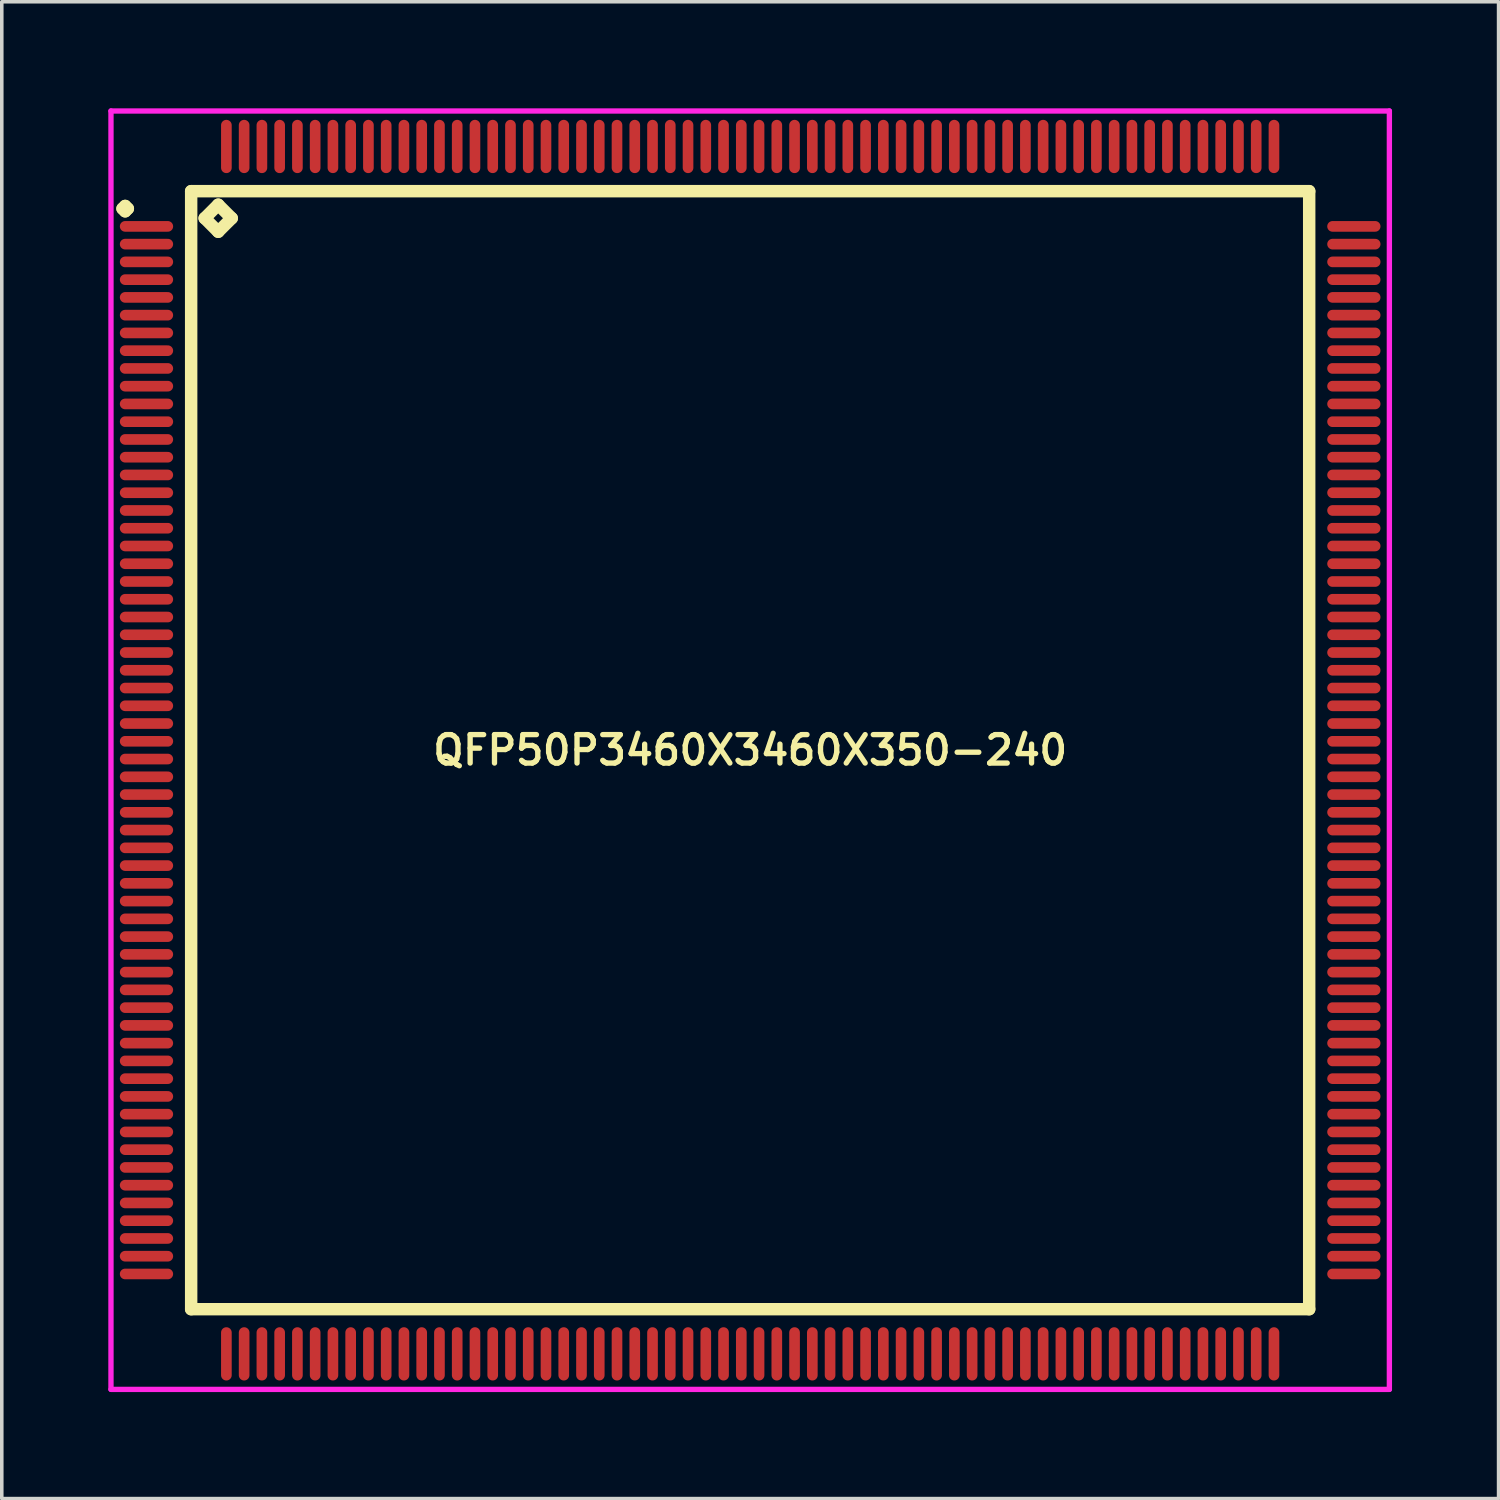
<source format=kicad_pcb>
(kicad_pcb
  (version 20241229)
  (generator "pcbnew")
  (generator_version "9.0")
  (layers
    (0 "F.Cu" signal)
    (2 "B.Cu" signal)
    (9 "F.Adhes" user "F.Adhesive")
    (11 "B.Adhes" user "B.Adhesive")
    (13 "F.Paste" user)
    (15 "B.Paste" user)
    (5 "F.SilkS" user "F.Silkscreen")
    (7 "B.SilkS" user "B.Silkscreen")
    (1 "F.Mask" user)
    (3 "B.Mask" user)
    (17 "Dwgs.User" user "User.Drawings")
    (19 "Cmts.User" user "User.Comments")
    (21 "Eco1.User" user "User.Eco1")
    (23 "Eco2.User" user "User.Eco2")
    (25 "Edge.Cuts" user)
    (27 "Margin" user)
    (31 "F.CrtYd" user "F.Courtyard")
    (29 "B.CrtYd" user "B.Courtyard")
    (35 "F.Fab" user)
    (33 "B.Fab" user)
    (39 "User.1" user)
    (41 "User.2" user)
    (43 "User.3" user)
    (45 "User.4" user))
  (footprint "QFP50P3460X3460X350-240"
    (layer "F.Cu")
    (at 18.075 18.075)
    (property "Reference" "QFP50P3460X3460X350-240" (at 0 0 0) (layer "F.SilkS") (effects (font (size 0.8 0.8) (thickness 0.15))))
    (attr smd)
    (fp_line (start -17.675 -15.25) (end -17.6 -15.325) (stroke (width 0.35) (type solid)) (layer "F.SilkS"))
    (fp_line (start -17.6 -15.325) (end -17.525 -15.25) (stroke (width 0.35) (type solid)) (layer "F.SilkS"))
    (fp_line (start -17.6 -15.175) (end -17.675 -15.25) (stroke (width 0.35) (type solid)) (layer "F.SilkS"))
    (fp_line (start -17.525 -15.25) (end -17.6 -15.175) (stroke (width 0.35) (type solid)) (layer "F.SilkS"))
    (fp_line (start -15.742 -15.742) (end -15.742 15.742) (stroke (width 0.35) (type solid)) (layer "F.SilkS"))
    (fp_line (start -15.742 15.742) (end 15.742 15.742) (stroke (width 0.35) (type solid)) (layer "F.SilkS"))
    (fp_line (start -15.361 -14.98) (end -14.98 -15.361) (stroke (width 0.35) (type solid)) (layer "F.SilkS"))
    (fp_line (start -14.98 -15.361) (end -14.599 -14.98) (stroke (width 0.35) (type solid)) (layer "F.SilkS"))
    (fp_line (start -14.98 -14.599) (end -15.361 -14.98) (stroke (width 0.35) (type solid)) (layer "F.SilkS"))
    (fp_line (start -14.599 -14.98) (end -14.98 -14.599) (stroke (width 0.35) (type solid)) (layer "F.SilkS"))
    (fp_line (start 15.742 -15.742) (end -15.742 -15.742) (stroke (width 0.35) (type solid)) (layer "F.SilkS"))
    (fp_line (start 15.742 15.742) (end 15.742 -15.742) (stroke (width 0.35) (type solid)) (layer "F.SilkS"))
    (fp_line (start -18 -18) (end 18 -18) (stroke (width 0.15) (type solid)) (layer "F.CrtYd"))
    (fp_line (start -18 18) (end -18 -18) (stroke (width 0.15) (type solid)) (layer "F.CrtYd"))
    (fp_line (start 18 -18) (end 18 18) (stroke (width 0.15) (type solid)) (layer "F.CrtYd"))
    (fp_line (start 18 18) (end -18 18) (stroke (width 0.15) (type solid)) (layer "F.CrtYd"))
    (pad "1" smd oval (at -17 -14.75) (size 1.5 0.3) (layers "F.Cu" "F.Mask" "F.Paste"))
    (pad "2" smd oval (at -17 -14.25) (size 1.5 0.3) (layers "F.Cu" "F.Mask" "F.Paste"))
    (pad "3" smd oval (at -17 -13.75) (size 1.5 0.3) (layers "F.Cu" "F.Mask" "F.Paste"))
    (pad "4" smd oval (at -17 -13.25) (size 1.5 0.3) (layers "F.Cu" "F.Mask" "F.Paste"))
    (pad "5" smd oval (at -17 -12.75) (size 1.5 0.3) (layers "F.Cu" "F.Mask" "F.Paste"))
    (pad "6" smd oval (at -17 -12.25) (size 1.5 0.3) (layers "F.Cu" "F.Mask" "F.Paste"))
    (pad "7" smd oval (at -17 -11.75) (size 1.5 0.3) (layers "F.Cu" "F.Mask" "F.Paste"))
    (pad "8" smd oval (at -17 -11.25) (size 1.5 0.3) (layers "F.Cu" "F.Mask" "F.Paste"))
    (pad "9" smd oval (at -17 -10.75) (size 1.5 0.3) (layers "F.Cu" "F.Mask" "F.Paste"))
    (pad "10" smd oval (at -17 -10.25) (size 1.5 0.3) (layers "F.Cu" "F.Mask" "F.Paste"))
    (pad "11" smd oval (at -17 -9.75) (size 1.5 0.3) (layers "F.Cu" "F.Mask" "F.Paste"))
    (pad "12" smd oval (at -17 -9.25) (size 1.5 0.3) (layers "F.Cu" "F.Mask" "F.Paste"))
    (pad "13" smd oval (at -17 -8.75) (size 1.5 0.3) (layers "F.Cu" "F.Mask" "F.Paste"))
    (pad "14" smd oval (at -17 -8.25) (size 1.5 0.3) (layers "F.Cu" "F.Mask" "F.Paste"))
    (pad "15" smd oval (at -17 -7.75) (size 1.5 0.3) (layers "F.Cu" "F.Mask" "F.Paste"))
    (pad "16" smd oval (at -17 -7.25) (size 1.5 0.3) (layers "F.Cu" "F.Mask" "F.Paste"))
    (pad "17" smd oval (at -17 -6.75) (size 1.5 0.3) (layers "F.Cu" "F.Mask" "F.Paste"))
    (pad "18" smd oval (at -17 -6.25) (size 1.5 0.3) (layers "F.Cu" "F.Mask" "F.Paste"))
    (pad "19" smd oval (at -17 -5.75) (size 1.5 0.3) (layers "F.Cu" "F.Mask" "F.Paste"))
    (pad "20" smd oval (at -17 -5.25) (size 1.5 0.3) (layers "F.Cu" "F.Mask" "F.Paste"))
    (pad "21" smd oval (at -17 -4.75) (size 1.5 0.3) (layers "F.Cu" "F.Mask" "F.Paste"))
    (pad "22" smd oval (at -17 -4.25) (size 1.5 0.3) (layers "F.Cu" "F.Mask" "F.Paste"))
    (pad "23" smd oval (at -17 -3.75) (size 1.5 0.3) (layers "F.Cu" "F.Mask" "F.Paste"))
    (pad "24" smd oval (at -17 -3.25) (size 1.5 0.3) (layers "F.Cu" "F.Mask" "F.Paste"))
    (pad "25" smd oval (at -17 -2.75) (size 1.5 0.3) (layers "F.Cu" "F.Mask" "F.Paste"))
    (pad "26" smd oval (at -17 -2.25) (size 1.5 0.3) (layers "F.Cu" "F.Mask" "F.Paste"))
    (pad "27" smd oval (at -17 -1.75) (size 1.5 0.3) (layers "F.Cu" "F.Mask" "F.Paste"))
    (pad "28" smd oval (at -17 -1.25) (size 1.5 0.3) (layers "F.Cu" "F.Mask" "F.Paste"))
    (pad "29" smd oval (at -17 -0.75) (size 1.5 0.3) (layers "F.Cu" "F.Mask" "F.Paste"))
    (pad "30" smd oval (at -17 -0.25) (size 1.5 0.3) (layers "F.Cu" "F.Mask" "F.Paste"))
    (pad "31" smd oval (at -17 0.25) (size 1.5 0.3) (layers "F.Cu" "F.Mask" "F.Paste"))
    (pad "32" smd oval (at -17 0.75) (size 1.5 0.3) (layers "F.Cu" "F.Mask" "F.Paste"))
    (pad "33" smd oval (at -17 1.25) (size 1.5 0.3) (layers "F.Cu" "F.Mask" "F.Paste"))
    (pad "34" smd oval (at -17 1.75) (size 1.5 0.3) (layers "F.Cu" "F.Mask" "F.Paste"))
    (pad "35" smd oval (at -17 2.25) (size 1.5 0.3) (layers "F.Cu" "F.Mask" "F.Paste"))
    (pad "36" smd oval (at -17 2.75) (size 1.5 0.3) (layers "F.Cu" "F.Mask" "F.Paste"))
    (pad "37" smd oval (at -17 3.25) (size 1.5 0.3) (layers "F.Cu" "F.Mask" "F.Paste"))
    (pad "38" smd oval (at -17 3.75) (size 1.5 0.3) (layers "F.Cu" "F.Mask" "F.Paste"))
    (pad "39" smd oval (at -17 4.25) (size 1.5 0.3) (layers "F.Cu" "F.Mask" "F.Paste"))
    (pad "40" smd oval (at -17 4.75) (size 1.5 0.3) (layers "F.Cu" "F.Mask" "F.Paste"))
    (pad "41" smd oval (at -17 5.25) (size 1.5 0.3) (layers "F.Cu" "F.Mask" "F.Paste"))
    (pad "42" smd oval (at -17 5.75) (size 1.5 0.3) (layers "F.Cu" "F.Mask" "F.Paste"))
    (pad "43" smd oval (at -17 6.25) (size 1.5 0.3) (layers "F.Cu" "F.Mask" "F.Paste"))
    (pad "44" smd oval (at -17 6.75) (size 1.5 0.3) (layers "F.Cu" "F.Mask" "F.Paste"))
    (pad "45" smd oval (at -17 7.25) (size 1.5 0.3) (layers "F.Cu" "F.Mask" "F.Paste"))
    (pad "46" smd oval (at -17 7.75) (size 1.5 0.3) (layers "F.Cu" "F.Mask" "F.Paste"))
    (pad "47" smd oval (at -17 8.25) (size 1.5 0.3) (layers "F.Cu" "F.Mask" "F.Paste"))
    (pad "48" smd oval (at -17 8.75) (size 1.5 0.3) (layers "F.Cu" "F.Mask" "F.Paste"))
    (pad "49" smd oval (at -17 9.25) (size 1.5 0.3) (layers "F.Cu" "F.Mask" "F.Paste"))
    (pad "50" smd oval (at -17 9.75) (size 1.5 0.3) (layers "F.Cu" "F.Mask" "F.Paste"))
    (pad "51" smd oval (at -17 10.25) (size 1.5 0.3) (layers "F.Cu" "F.Mask" "F.Paste"))
    (pad "52" smd oval (at -17 10.75) (size 1.5 0.3) (layers "F.Cu" "F.Mask" "F.Paste"))
    (pad "53" smd oval (at -17 11.25) (size 1.5 0.3) (layers "F.Cu" "F.Mask" "F.Paste"))
    (pad "54" smd oval (at -17 11.75) (size 1.5 0.3) (layers "F.Cu" "F.Mask" "F.Paste"))
    (pad "55" smd oval (at -17 12.25) (size 1.5 0.3) (layers "F.Cu" "F.Mask" "F.Paste"))
    (pad "56" smd oval (at -17 12.75) (size 1.5 0.3) (layers "F.Cu" "F.Mask" "F.Paste"))
    (pad "57" smd oval (at -17 13.25) (size 1.5 0.3) (layers "F.Cu" "F.Mask" "F.Paste"))
    (pad "58" smd oval (at -17 13.75) (size 1.5 0.3) (layers "F.Cu" "F.Mask" "F.Paste"))
    (pad "59" smd oval (at -17 14.25) (size 1.5 0.3) (layers "F.Cu" "F.Mask" "F.Paste"))
    (pad "60" smd oval (at -17 14.75) (size 1.5 0.3) (layers "F.Cu" "F.Mask" "F.Paste"))
    (pad "61" smd oval (at -14.75 17) (size 0.3 1.5) (layers "F.Cu" "F.Mask" "F.Paste"))
    (pad "62" smd oval (at -14.25 17) (size 0.3 1.5) (layers "F.Cu" "F.Mask" "F.Paste"))
    (pad "63" smd oval (at -13.75 17) (size 0.3 1.5) (layers "F.Cu" "F.Mask" "F.Paste"))
    (pad "64" smd oval (at -13.25 17) (size 0.3 1.5) (layers "F.Cu" "F.Mask" "F.Paste"))
    (pad "65" smd oval (at -12.75 17) (size 0.3 1.5) (layers "F.Cu" "F.Mask" "F.Paste"))
    (pad "66" smd oval (at -12.25 17) (size 0.3 1.5) (layers "F.Cu" "F.Mask" "F.Paste"))
    (pad "67" smd oval (at -11.75 17) (size 0.3 1.5) (layers "F.Cu" "F.Mask" "F.Paste"))
    (pad "68" smd oval (at -11.25 17) (size 0.3 1.5) (layers "F.Cu" "F.Mask" "F.Paste"))
    (pad "69" smd oval (at -10.75 17) (size 0.3 1.5) (layers "F.Cu" "F.Mask" "F.Paste"))
    (pad "70" smd oval (at -10.25 17) (size 0.3 1.5) (layers "F.Cu" "F.Mask" "F.Paste"))
    (pad "71" smd oval (at -9.75 17) (size 0.3 1.5) (layers "F.Cu" "F.Mask" "F.Paste"))
    (pad "72" smd oval (at -9.25 17) (size 0.3 1.5) (layers "F.Cu" "F.Mask" "F.Paste"))
    (pad "73" smd oval (at -8.75 17) (size 0.3 1.5) (layers "F.Cu" "F.Mask" "F.Paste"))
    (pad "74" smd oval (at -8.25 17) (size 0.3 1.5) (layers "F.Cu" "F.Mask" "F.Paste"))
    (pad "75" smd oval (at -7.75 17) (size 0.3 1.5) (layers "F.Cu" "F.Mask" "F.Paste"))
    (pad "76" smd oval (at -7.25 17) (size 0.3 1.5) (layers "F.Cu" "F.Mask" "F.Paste"))
    (pad "77" smd oval (at -6.75 17) (size 0.3 1.5) (layers "F.Cu" "F.Mask" "F.Paste"))
    (pad "78" smd oval (at -6.25 17) (size 0.3 1.5) (layers "F.Cu" "F.Mask" "F.Paste"))
    (pad "79" smd oval (at -5.75 17) (size 0.3 1.5) (layers "F.Cu" "F.Mask" "F.Paste"))
    (pad "80" smd oval (at -5.25 17) (size 0.3 1.5) (layers "F.Cu" "F.Mask" "F.Paste"))
    (pad "81" smd oval (at -4.75 17) (size 0.3 1.5) (layers "F.Cu" "F.Mask" "F.Paste"))
    (pad "82" smd oval (at -4.25 17) (size 0.3 1.5) (layers "F.Cu" "F.Mask" "F.Paste"))
    (pad "83" smd oval (at -3.75 17) (size 0.3 1.5) (layers "F.Cu" "F.Mask" "F.Paste"))
    (pad "84" smd oval (at -3.25 17) (size 0.3 1.5) (layers "F.Cu" "F.Mask" "F.Paste"))
    (pad "85" smd oval (at -2.75 17) (size 0.3 1.5) (layers "F.Cu" "F.Mask" "F.Paste"))
    (pad "86" smd oval (at -2.25 17) (size 0.3 1.5) (layers "F.Cu" "F.Mask" "F.Paste"))
    (pad "87" smd oval (at -1.75 17) (size 0.3 1.5) (layers "F.Cu" "F.Mask" "F.Paste"))
    (pad "88" smd oval (at -1.25 17) (size 0.3 1.5) (layers "F.Cu" "F.Mask" "F.Paste"))
    (pad "89" smd oval (at -0.75 17) (size 0.3 1.5) (layers "F.Cu" "F.Mask" "F.Paste"))
    (pad "90" smd oval (at -0.25 17) (size 0.3 1.5) (layers "F.Cu" "F.Mask" "F.Paste"))
    (pad "91" smd oval (at 0.25 17) (size 0.3 1.5) (layers "F.Cu" "F.Mask" "F.Paste"))
    (pad "92" smd oval (at 0.75 17) (size 0.3 1.5) (layers "F.Cu" "F.Mask" "F.Paste"))
    (pad "93" smd oval (at 1.25 17) (size 0.3 1.5) (layers "F.Cu" "F.Mask" "F.Paste"))
    (pad "94" smd oval (at 1.75 17) (size 0.3 1.5) (layers "F.Cu" "F.Mask" "F.Paste"))
    (pad "95" smd oval (at 2.25 17) (size 0.3 1.5) (layers "F.Cu" "F.Mask" "F.Paste"))
    (pad "96" smd oval (at 2.75 17) (size 0.3 1.5) (layers "F.Cu" "F.Mask" "F.Paste"))
    (pad "97" smd oval (at 3.25 17) (size 0.3 1.5) (layers "F.Cu" "F.Mask" "F.Paste"))
    (pad "98" smd oval (at 3.75 17) (size 0.3 1.5) (layers "F.Cu" "F.Mask" "F.Paste"))
    (pad "99" smd oval (at 4.25 17) (size 0.3 1.5) (layers "F.Cu" "F.Mask" "F.Paste"))
    (pad "100" smd oval (at 4.75 17) (size 0.3 1.5) (layers "F.Cu" "F.Mask" "F.Paste"))
    (pad "101" smd oval (at 5.25 17) (size 0.3 1.5) (layers "F.Cu" "F.Mask" "F.Paste"))
    (pad "102" smd oval (at 5.75 17) (size 0.3 1.5) (layers "F.Cu" "F.Mask" "F.Paste"))
    (pad "103" smd oval (at 6.25 17) (size 0.3 1.5) (layers "F.Cu" "F.Mask" "F.Paste"))
    (pad "104" smd oval (at 6.75 17) (size 0.3 1.5) (layers "F.Cu" "F.Mask" "F.Paste"))
    (pad "105" smd oval (at 7.25 17) (size 0.3 1.5) (layers "F.Cu" "F.Mask" "F.Paste"))
    (pad "106" smd oval (at 7.75 17) (size 0.3 1.5) (layers "F.Cu" "F.Mask" "F.Paste"))
    (pad "107" smd oval (at 8.25 17) (size 0.3 1.5) (layers "F.Cu" "F.Mask" "F.Paste"))
    (pad "108" smd oval (at 8.75 17) (size 0.3 1.5) (layers "F.Cu" "F.Mask" "F.Paste"))
    (pad "109" smd oval (at 9.25 17) (size 0.3 1.5) (layers "F.Cu" "F.Mask" "F.Paste"))
    (pad "110" smd oval (at 9.75 17) (size 0.3 1.5) (layers "F.Cu" "F.Mask" "F.Paste"))
    (pad "111" smd oval (at 10.25 17) (size 0.3 1.5) (layers "F.Cu" "F.Mask" "F.Paste"))
    (pad "112" smd oval (at 10.75 17) (size 0.3 1.5) (layers "F.Cu" "F.Mask" "F.Paste"))
    (pad "113" smd oval (at 11.25 17) (size 0.3 1.5) (layers "F.Cu" "F.Mask" "F.Paste"))
    (pad "114" smd oval (at 11.75 17) (size 0.3 1.5) (layers "F.Cu" "F.Mask" "F.Paste"))
    (pad "115" smd oval (at 12.25 17) (size 0.3 1.5) (layers "F.Cu" "F.Mask" "F.Paste"))
    (pad "116" smd oval (at 12.75 17) (size 0.3 1.5) (layers "F.Cu" "F.Mask" "F.Paste"))
    (pad "117" smd oval (at 13.25 17) (size 0.3 1.5) (layers "F.Cu" "F.Mask" "F.Paste"))
    (pad "118" smd oval (at 13.75 17) (size 0.3 1.5) (layers "F.Cu" "F.Mask" "F.Paste"))
    (pad "119" smd oval (at 14.25 17) (size 0.3 1.5) (layers "F.Cu" "F.Mask" "F.Paste"))
    (pad "120" smd oval (at 14.75 17) (size 0.3 1.5) (layers "F.Cu" "F.Mask" "F.Paste"))
    (pad "121" smd oval (at 17 14.75) (size 1.5 0.3) (layers "F.Cu" "F.Mask" "F.Paste"))
    (pad "122" smd oval (at 17 14.25) (size 1.5 0.3) (layers "F.Cu" "F.Mask" "F.Paste"))
    (pad "123" smd oval (at 17 13.75) (size 1.5 0.3) (layers "F.Cu" "F.Mask" "F.Paste"))
    (pad "124" smd oval (at 17 13.25) (size 1.5 0.3) (layers "F.Cu" "F.Mask" "F.Paste"))
    (pad "125" smd oval (at 17 12.75) (size 1.5 0.3) (layers "F.Cu" "F.Mask" "F.Paste"))
    (pad "126" smd oval (at 17 12.25) (size 1.5 0.3) (layers "F.Cu" "F.Mask" "F.Paste"))
    (pad "127" smd oval (at 17 11.75) (size 1.5 0.3) (layers "F.Cu" "F.Mask" "F.Paste"))
    (pad "128" smd oval (at 17 11.25) (size 1.5 0.3) (layers "F.Cu" "F.Mask" "F.Paste"))
    (pad "129" smd oval (at 17 10.75) (size 1.5 0.3) (layers "F.Cu" "F.Mask" "F.Paste"))
    (pad "130" smd oval (at 17 10.25) (size 1.5 0.3) (layers "F.Cu" "F.Mask" "F.Paste"))
    (pad "131" smd oval (at 17 9.75) (size 1.5 0.3) (layers "F.Cu" "F.Mask" "F.Paste"))
    (pad "132" smd oval (at 17 9.25) (size 1.5 0.3) (layers "F.Cu" "F.Mask" "F.Paste"))
    (pad "133" smd oval (at 17 8.75) (size 1.5 0.3) (layers "F.Cu" "F.Mask" "F.Paste"))
    (pad "134" smd oval (at 17 8.25) (size 1.5 0.3) (layers "F.Cu" "F.Mask" "F.Paste"))
    (pad "135" smd oval (at 17 7.75) (size 1.5 0.3) (layers "F.Cu" "F.Mask" "F.Paste"))
    (pad "136" smd oval (at 17 7.25) (size 1.5 0.3) (layers "F.Cu" "F.Mask" "F.Paste"))
    (pad "137" smd oval (at 17 6.75) (size 1.5 0.3) (layers "F.Cu" "F.Mask" "F.Paste"))
    (pad "138" smd oval (at 17 6.25) (size 1.5 0.3) (layers "F.Cu" "F.Mask" "F.Paste"))
    (pad "139" smd oval (at 17 5.75) (size 1.5 0.3) (layers "F.Cu" "F.Mask" "F.Paste"))
    (pad "140" smd oval (at 17 5.25) (size 1.5 0.3) (layers "F.Cu" "F.Mask" "F.Paste"))
    (pad "141" smd oval (at 17 4.75) (size 1.5 0.3) (layers "F.Cu" "F.Mask" "F.Paste"))
    (pad "142" smd oval (at 17 4.25) (size 1.5 0.3) (layers "F.Cu" "F.Mask" "F.Paste"))
    (pad "143" smd oval (at 17 3.75) (size 1.5 0.3) (layers "F.Cu" "F.Mask" "F.Paste"))
    (pad "144" smd oval (at 17 3.25) (size 1.5 0.3) (layers "F.Cu" "F.Mask" "F.Paste"))
    (pad "145" smd oval (at 17 2.75) (size 1.5 0.3) (layers "F.Cu" "F.Mask" "F.Paste"))
    (pad "146" smd oval (at 17 2.25) (size 1.5 0.3) (layers "F.Cu" "F.Mask" "F.Paste"))
    (pad "147" smd oval (at 17 1.75) (size 1.5 0.3) (layers "F.Cu" "F.Mask" "F.Paste"))
    (pad "148" smd oval (at 17 1.25) (size 1.5 0.3) (layers "F.Cu" "F.Mask" "F.Paste"))
    (pad "149" smd oval (at 17 0.75) (size 1.5 0.3) (layers "F.Cu" "F.Mask" "F.Paste"))
    (pad "150" smd oval (at 17 0.25) (size 1.5 0.3) (layers "F.Cu" "F.Mask" "F.Paste"))
    (pad "151" smd oval (at 17 -0.25) (size 1.5 0.3) (layers "F.Cu" "F.Mask" "F.Paste"))
    (pad "152" smd oval (at 17 -0.75) (size 1.5 0.3) (layers "F.Cu" "F.Mask" "F.Paste"))
    (pad "153" smd oval (at 17 -1.25) (size 1.5 0.3) (layers "F.Cu" "F.Mask" "F.Paste"))
    (pad "154" smd oval (at 17 -1.75) (size 1.5 0.3) (layers "F.Cu" "F.Mask" "F.Paste"))
    (pad "155" smd oval (at 17 -2.25) (size 1.5 0.3) (layers "F.Cu" "F.Mask" "F.Paste"))
    (pad "156" smd oval (at 17 -2.75) (size 1.5 0.3) (layers "F.Cu" "F.Mask" "F.Paste"))
    (pad "157" smd oval (at 17 -3.25) (size 1.5 0.3) (layers "F.Cu" "F.Mask" "F.Paste"))
    (pad "158" smd oval (at 17 -3.75) (size 1.5 0.3) (layers "F.Cu" "F.Mask" "F.Paste"))
    (pad "159" smd oval (at 17 -4.25) (size 1.5 0.3) (layers "F.Cu" "F.Mask" "F.Paste"))
    (pad "160" smd oval (at 17 -4.75) (size 1.5 0.3) (layers "F.Cu" "F.Mask" "F.Paste"))
    (pad "161" smd oval (at 17 -5.25) (size 1.5 0.3) (layers "F.Cu" "F.Mask" "F.Paste"))
    (pad "162" smd oval (at 17 -5.75) (size 1.5 0.3) (layers "F.Cu" "F.Mask" "F.Paste"))
    (pad "163" smd oval (at 17 -6.25) (size 1.5 0.3) (layers "F.Cu" "F.Mask" "F.Paste"))
    (pad "164" smd oval (at 17 -6.75) (size 1.5 0.3) (layers "F.Cu" "F.Mask" "F.Paste"))
    (pad "165" smd oval (at 17 -7.25) (size 1.5 0.3) (layers "F.Cu" "F.Mask" "F.Paste"))
    (pad "166" smd oval (at 17 -7.75) (size 1.5 0.3) (layers "F.Cu" "F.Mask" "F.Paste"))
    (pad "167" smd oval (at 17 -8.25) (size 1.5 0.3) (layers "F.Cu" "F.Mask" "F.Paste"))
    (pad "168" smd oval (at 17 -8.75) (size 1.5 0.3) (layers "F.Cu" "F.Mask" "F.Paste"))
    (pad "169" smd oval (at 17 -9.25) (size 1.5 0.3) (layers "F.Cu" "F.Mask" "F.Paste"))
    (pad "170" smd oval (at 17 -9.75) (size 1.5 0.3) (layers "F.Cu" "F.Mask" "F.Paste"))
    (pad "171" smd oval (at 17 -10.25) (size 1.5 0.3) (layers "F.Cu" "F.Mask" "F.Paste"))
    (pad "172" smd oval (at 17 -10.75) (size 1.5 0.3) (layers "F.Cu" "F.Mask" "F.Paste"))
    (pad "173" smd oval (at 17 -11.25) (size 1.5 0.3) (layers "F.Cu" "F.Mask" "F.Paste"))
    (pad "174" smd oval (at 17 -11.75) (size 1.5 0.3) (layers "F.Cu" "F.Mask" "F.Paste"))
    (pad "175" smd oval (at 17 -12.25) (size 1.5 0.3) (layers "F.Cu" "F.Mask" "F.Paste"))
    (pad "176" smd oval (at 17 -12.75) (size 1.5 0.3) (layers "F.Cu" "F.Mask" "F.Paste"))
    (pad "177" smd oval (at 17 -13.25) (size 1.5 0.3) (layers "F.Cu" "F.Mask" "F.Paste"))
    (pad "178" smd oval (at 17 -13.75) (size 1.5 0.3) (layers "F.Cu" "F.Mask" "F.Paste"))
    (pad "179" smd oval (at 17 -14.25) (size 1.5 0.3) (layers "F.Cu" "F.Mask" "F.Paste"))
    (pad "180" smd oval (at 17 -14.75) (size 1.5 0.3) (layers "F.Cu" "F.Mask" "F.Paste"))
    (pad "181" smd oval (at 14.75 -17) (size 0.3 1.5) (layers "F.Cu" "F.Mask" "F.Paste"))
    (pad "182" smd oval (at 14.25 -17) (size 0.3 1.5) (layers "F.Cu" "F.Mask" "F.Paste"))
    (pad "183" smd oval (at 13.75 -17) (size 0.3 1.5) (layers "F.Cu" "F.Mask" "F.Paste"))
    (pad "184" smd oval (at 13.25 -17) (size 0.3 1.5) (layers "F.Cu" "F.Mask" "F.Paste"))
    (pad "185" smd oval (at 12.75 -17) (size 0.3 1.5) (layers "F.Cu" "F.Mask" "F.Paste"))
    (pad "186" smd oval (at 12.25 -17) (size 0.3 1.5) (layers "F.Cu" "F.Mask" "F.Paste"))
    (pad "187" smd oval (at 11.75 -17) (size 0.3 1.5) (layers "F.Cu" "F.Mask" "F.Paste"))
    (pad "188" smd oval (at 11.25 -17) (size 0.3 1.5) (layers "F.Cu" "F.Mask" "F.Paste"))
    (pad "189" smd oval (at 10.75 -17) (size 0.3 1.5) (layers "F.Cu" "F.Mask" "F.Paste"))
    (pad "190" smd oval (at 10.25 -17) (size 0.3 1.5) (layers "F.Cu" "F.Mask" "F.Paste"))
    (pad "191" smd oval (at 9.75 -17) (size 0.3 1.5) (layers "F.Cu" "F.Mask" "F.Paste"))
    (pad "192" smd oval (at 9.25 -17) (size 0.3 1.5) (layers "F.Cu" "F.Mask" "F.Paste"))
    (pad "193" smd oval (at 8.75 -17) (size 0.3 1.5) (layers "F.Cu" "F.Mask" "F.Paste"))
    (pad "194" smd oval (at 8.25 -17) (size 0.3 1.5) (layers "F.Cu" "F.Mask" "F.Paste"))
    (pad "195" smd oval (at 7.75 -17) (size 0.3 1.5) (layers "F.Cu" "F.Mask" "F.Paste"))
    (pad "196" smd oval (at 7.25 -17) (size 0.3 1.5) (layers "F.Cu" "F.Mask" "F.Paste"))
    (pad "197" smd oval (at 6.75 -17) (size 0.3 1.5) (layers "F.Cu" "F.Mask" "F.Paste"))
    (pad "198" smd oval (at 6.25 -17) (size 0.3 1.5) (layers "F.Cu" "F.Mask" "F.Paste"))
    (pad "199" smd oval (at 5.75 -17) (size 0.3 1.5) (layers "F.Cu" "F.Mask" "F.Paste"))
    (pad "200" smd oval (at 5.25 -17) (size 0.3 1.5) (layers "F.Cu" "F.Mask" "F.Paste"))
    (pad "201" smd oval (at 4.75 -17) (size 0.3 1.5) (layers "F.Cu" "F.Mask" "F.Paste"))
    (pad "202" smd oval (at 4.25 -17) (size 0.3 1.5) (layers "F.Cu" "F.Mask" "F.Paste"))
    (pad "203" smd oval (at 3.75 -17) (size 0.3 1.5) (layers "F.Cu" "F.Mask" "F.Paste"))
    (pad "204" smd oval (at 3.25 -17) (size 0.3 1.5) (layers "F.Cu" "F.Mask" "F.Paste"))
    (pad "205" smd oval (at 2.75 -17) (size 0.3 1.5) (layers "F.Cu" "F.Mask" "F.Paste"))
    (pad "206" smd oval (at 2.25 -17) (size 0.3 1.5) (layers "F.Cu" "F.Mask" "F.Paste"))
    (pad "207" smd oval (at 1.75 -17) (size 0.3 1.5) (layers "F.Cu" "F.Mask" "F.Paste"))
    (pad "208" smd oval (at 1.25 -17) (size 0.3 1.5) (layers "F.Cu" "F.Mask" "F.Paste"))
    (pad "209" smd oval (at 0.75 -17) (size 0.3 1.5) (layers "F.Cu" "F.Mask" "F.Paste"))
    (pad "210" smd oval (at 0.25 -17) (size 0.3 1.5) (layers "F.Cu" "F.Mask" "F.Paste"))
    (pad "211" smd oval (at -0.25 -17) (size 0.3 1.5) (layers "F.Cu" "F.Mask" "F.Paste"))
    (pad "212" smd oval (at -0.75 -17) (size 0.3 1.5) (layers "F.Cu" "F.Mask" "F.Paste"))
    (pad "213" smd oval (at -1.25 -17) (size 0.3 1.5) (layers "F.Cu" "F.Mask" "F.Paste"))
    (pad "214" smd oval (at -1.75 -17) (size 0.3 1.5) (layers "F.Cu" "F.Mask" "F.Paste"))
    (pad "215" smd oval (at -2.25 -17) (size 0.3 1.5) (layers "F.Cu" "F.Mask" "F.Paste"))
    (pad "216" smd oval (at -2.75 -17) (size 0.3 1.5) (layers "F.Cu" "F.Mask" "F.Paste"))
    (pad "217" smd oval (at -3.25 -17) (size 0.3 1.5) (layers "F.Cu" "F.Mask" "F.Paste"))
    (pad "218" smd oval (at -3.75 -17) (size 0.3 1.5) (layers "F.Cu" "F.Mask" "F.Paste"))
    (pad "219" smd oval (at -4.25 -17) (size 0.3 1.5) (layers "F.Cu" "F.Mask" "F.Paste"))
    (pad "220" smd oval (at -4.75 -17) (size 0.3 1.5) (layers "F.Cu" "F.Mask" "F.Paste"))
    (pad "221" smd oval (at -5.25 -17) (size 0.3 1.5) (layers "F.Cu" "F.Mask" "F.Paste"))
    (pad "222" smd oval (at -5.75 -17) (size 0.3 1.5) (layers "F.Cu" "F.Mask" "F.Paste"))
    (pad "223" smd oval (at -6.25 -17) (size 0.3 1.5) (layers "F.Cu" "F.Mask" "F.Paste"))
    (pad "224" smd oval (at -6.75 -17) (size 0.3 1.5) (layers "F.Cu" "F.Mask" "F.Paste"))
    (pad "225" smd oval (at -7.25 -17) (size 0.3 1.5) (layers "F.Cu" "F.Mask" "F.Paste"))
    (pad "226" smd oval (at -7.75 -17) (size 0.3 1.5) (layers "F.Cu" "F.Mask" "F.Paste"))
    (pad "227" smd oval (at -8.25 -17) (size 0.3 1.5) (layers "F.Cu" "F.Mask" "F.Paste"))
    (pad "228" smd oval (at -8.75 -17) (size 0.3 1.5) (layers "F.Cu" "F.Mask" "F.Paste"))
    (pad "229" smd oval (at -9.25 -17) (size 0.3 1.5) (layers "F.Cu" "F.Mask" "F.Paste"))
    (pad "230" smd oval (at -9.75 -17) (size 0.3 1.5) (layers "F.Cu" "F.Mask" "F.Paste"))
    (pad "231" smd oval (at -10.25 -17) (size 0.3 1.5) (layers "F.Cu" "F.Mask" "F.Paste"))
    (pad "232" smd oval (at -10.75 -17) (size 0.3 1.5) (layers "F.Cu" "F.Mask" "F.Paste"))
    (pad "233" smd oval (at -11.25 -17) (size 0.3 1.5) (layers "F.Cu" "F.Mask" "F.Paste"))
    (pad "234" smd oval (at -11.75 -17) (size 0.3 1.5) (layers "F.Cu" "F.Mask" "F.Paste"))
    (pad "235" smd oval (at -12.25 -17) (size 0.3 1.5) (layers "F.Cu" "F.Mask" "F.Paste"))
    (pad "236" smd oval (at -12.75 -17) (size 0.3 1.5) (layers "F.Cu" "F.Mask" "F.Paste"))
    (pad "237" smd oval (at -13.25 -17) (size 0.3 1.5) (layers "F.Cu" "F.Mask" "F.Paste"))
    (pad "238" smd oval (at -13.75 -17) (size 0.3 1.5) (layers "F.Cu" "F.Mask" "F.Paste"))
    (pad "239" smd oval (at -14.25 -17) (size 0.3 1.5) (layers "F.Cu" "F.Mask" "F.Paste"))
    (pad "240" smd oval (at -14.75 -17) (size 0.3 1.5) (layers "F.Cu" "F.Mask" "F.Paste")))
  (gr_rect
    (start -3 -3)
    (end 39.15 39.15)
    (stroke (width 0.1) (type default))
    (fill no)
    (layer "Edge.Cuts")))
</source>
